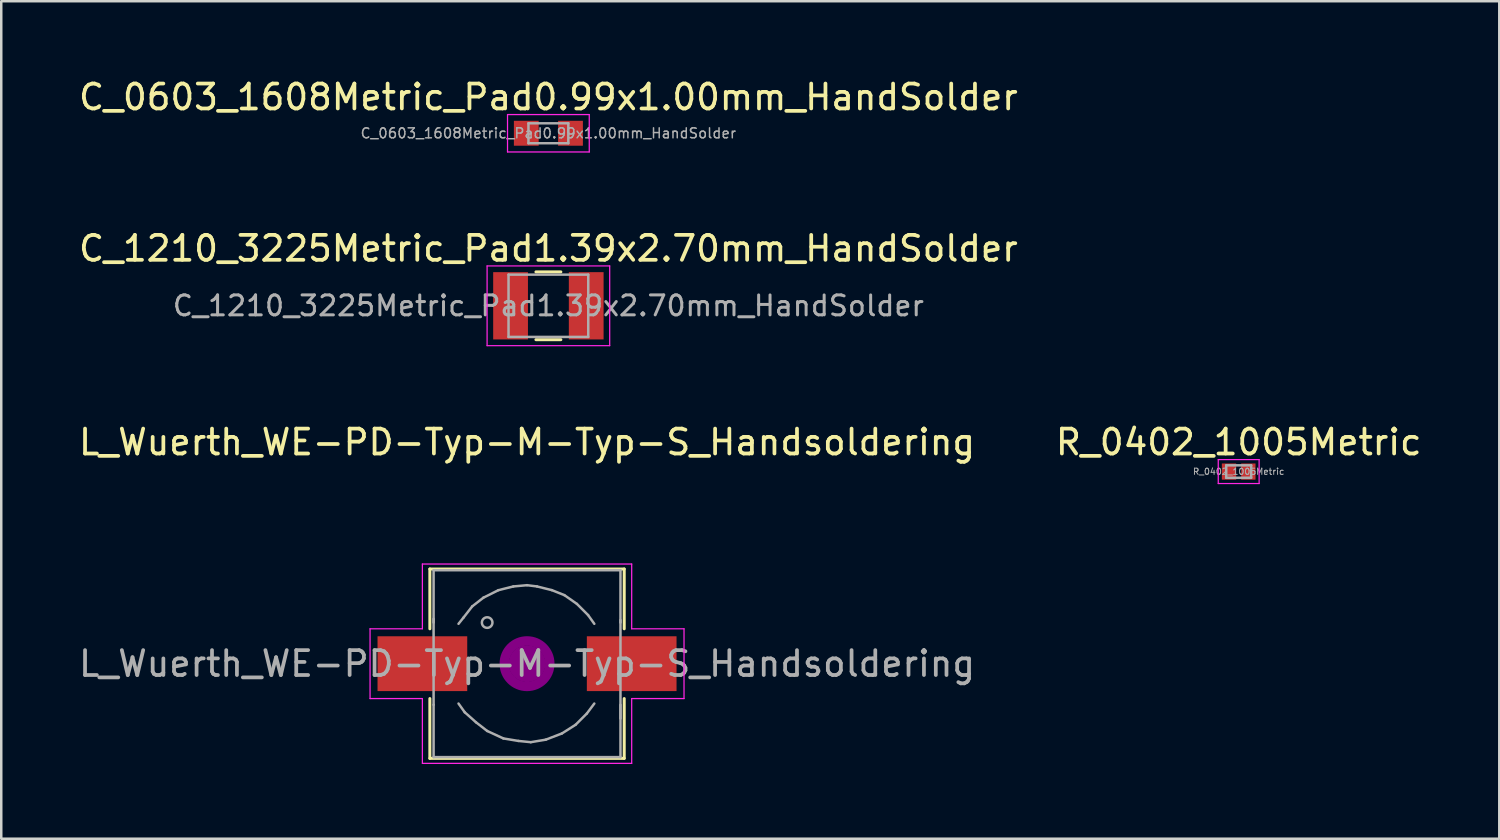
<source format=kicad_pcb>
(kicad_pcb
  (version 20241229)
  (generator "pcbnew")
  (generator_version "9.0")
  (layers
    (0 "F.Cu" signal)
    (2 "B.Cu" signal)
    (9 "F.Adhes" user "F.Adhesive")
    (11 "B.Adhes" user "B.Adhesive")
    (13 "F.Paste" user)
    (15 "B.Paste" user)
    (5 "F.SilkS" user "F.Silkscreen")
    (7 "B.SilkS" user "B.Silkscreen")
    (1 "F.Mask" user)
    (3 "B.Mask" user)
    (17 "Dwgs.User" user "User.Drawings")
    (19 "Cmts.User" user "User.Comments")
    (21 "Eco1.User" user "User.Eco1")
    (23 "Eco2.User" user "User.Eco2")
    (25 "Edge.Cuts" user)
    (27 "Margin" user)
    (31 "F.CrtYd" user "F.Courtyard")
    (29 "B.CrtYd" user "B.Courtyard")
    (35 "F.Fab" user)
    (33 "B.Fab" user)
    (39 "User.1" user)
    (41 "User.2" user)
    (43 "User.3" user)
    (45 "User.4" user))
  (footprint "L_Wuerth_WE-PD-Typ-M-Typ-S_Handsoldering"
    (layer "F.Cu")
    (at 18.101 23.585)
    (property "Reference" "L_Wuerth_WE-PD-Typ-M-Typ-S_Handsoldering" (at 0 -8.89 0) (layer "F.SilkS") (effects (font (size 1 1) (thickness 0.15))))
    (attr smd)
    (fp_line (start -3.9 -1.4) (end -3.9 -3.8) (stroke (width 0.12) (type solid)) (layer "F.SilkS"))
    (fp_line (start -3.9 1.4) (end -3.9 3.8) (stroke (width 0.12) (type solid)) (layer "F.SilkS"))
    (fp_line (start -3.9 3.8) (end 3.9 3.8) (stroke (width 0.12) (type solid)) (layer "F.SilkS"))
    (fp_line (start 3.9 -3.8) (end -3.9 -3.8) (stroke (width 0.12) (type solid)) (layer "F.SilkS"))
    (fp_line (start 3.9 -1.4) (end 3.9 -3.8) (stroke (width 0.12) (type solid)) (layer "F.SilkS"))
    (fp_line (start 3.9 3.8) (end 3.9 1.4) (stroke (width 0.12) (type solid)) (layer "F.SilkS"))
    (fp_circle (center 0 0) (end 0.15 0.15) (stroke (width 0.38) (type solid)) (fill no) (layer "F.Adhes"))
    (fp_circle (center 0 0) (end 0.55 0.05) (stroke (width 0.38) (type solid)) (fill no) (layer "F.Adhes"))
    (fp_circle (center 0 0) (end 0.9 0.15) (stroke (width 0.38) (type solid)) (fill no) (layer "F.Adhes"))
    (fp_line (start -6.3 -1.4) (end -6.3 1.4) (stroke (width 0.05) (type solid)) (layer "F.CrtYd"))
    (fp_line (start -6.3 1.4) (end -4.2 1.4) (stroke (width 0.05) (type solid)) (layer "F.CrtYd"))
    (fp_line (start -4.2 -4) (end -4.2 -1.4) (stroke (width 0.05) (type solid)) (layer "F.CrtYd"))
    (fp_line (start -4.2 -1.4) (end -6.3 -1.4) (stroke (width 0.05) (type solid)) (layer "F.CrtYd"))
    (fp_line (start -4.2 1.4) (end -4.2 4) (stroke (width 0.05) (type solid)) (layer "F.CrtYd"))
    (fp_line (start -4.2 4) (end 4.2 4) (stroke (width 0.05) (type solid)) (layer "F.CrtYd"))
    (fp_line (start 4.2 -4) (end -4.2 -4) (stroke (width 0.05) (type solid)) (layer "F.CrtYd"))
    (fp_line (start 4.2 -1.4) (end 4.2 -4) (stroke (width 0.05) (type solid)) (layer "F.CrtYd"))
    (fp_line (start 4.2 1.4) (end 6.3 1.4) (stroke (width 0.05) (type solid)) (layer "F.CrtYd"))
    (fp_line (start 4.2 4) (end 4.2 1.4) (stroke (width 0.05) (type solid)) (layer "F.CrtYd"))
    (fp_line (start 6.3 -1.4) (end 4.2 -1.4) (stroke (width 0.05) (type solid)) (layer "F.CrtYd"))
    (fp_line (start 6.3 1.4) (end 6.3 -1.4) (stroke (width 0.05) (type solid)) (layer "F.CrtYd"))
    (fp_line (start -3.75 -3.75) (end -3.75 -1.65) (stroke (width 0.1) (type solid)) (layer "F.Fab"))
    (fp_line (start -3.75 1.65) (end -3.75 -1.8) (stroke (width 0.1) (type solid)) (layer "F.Fab"))
    (fp_line (start -3.75 1.65) (end -3.75 3.75) (stroke (width 0.1) (type solid)) (layer "F.Fab"))
    (fp_line (start -3.75 3.75) (end 3.75 3.75) (stroke (width 0.1) (type solid)) (layer "F.Fab"))
    (fp_line (start -2.75 1.6) (end -2.5 1.95) (stroke (width 0.1) (type solid)) (layer "F.Fab"))
    (fp_line (start -2.55 -1.85) (end -2.75 -1.6) (stroke (width 0.1) (type solid)) (layer "F.Fab"))
    (fp_line (start -2.5 1.95) (end -2.05 2.35) (stroke (width 0.1) (type solid)) (layer "F.Fab"))
    (fp_line (start -2.2 -2.3) (end -2.55 -1.85) (stroke (width 0.1) (type solid)) (layer "F.Fab"))
    (fp_line (start -2.05 2.35) (end -1.6 2.7) (stroke (width 0.1) (type solid)) (layer "F.Fab"))
    (fp_line (start -1.75 -2.65) (end -2.2 -2.3) (stroke (width 0.1) (type solid)) (layer "F.Fab"))
    (fp_line (start -1.6 2.7) (end -0.95 3) (stroke (width 0.1) (type solid)) (layer "F.Fab"))
    (fp_line (start -1.15 -2.95) (end -1.75 -2.65) (stroke (width 0.1) (type solid)) (layer "F.Fab"))
    (fp_line (start -0.95 3) (end -0.35 3.1) (stroke (width 0.1) (type solid)) (layer "F.Fab"))
    (fp_line (start -0.55 -3.1) (end -1.15 -2.95) (stroke (width 0.1) (type solid)) (layer "F.Fab"))
    (fp_line (start -0.35 3.1) (end 0.15 3.15) (stroke (width 0.1) (type solid)) (layer "F.Fab"))
    (fp_line (start 0 -3.15) (end -0.55 -3.1) (stroke (width 0.1) (type solid)) (layer "F.Fab"))
    (fp_line (start 0.15 3.15) (end 0.75 3.05) (stroke (width 0.1) (type solid)) (layer "F.Fab"))
    (fp_line (start 0.4 -3.1) (end 0 -3.15) (stroke (width 0.1) (type solid)) (layer "F.Fab"))
    (fp_line (start 0.75 3.05) (end 1.4 2.8) (stroke (width 0.1) (type solid)) (layer "F.Fab"))
    (fp_line (start 1 -2.95) (end 0.4 -3.1) (stroke (width 0.1) (type solid)) (layer "F.Fab"))
    (fp_line (start 1.4 2.8) (end 1.95 2.45) (stroke (width 0.1) (type solid)) (layer "F.Fab"))
    (fp_line (start 1.5 -2.75) (end 1 -2.95) (stroke (width 0.1) (type solid)) (layer "F.Fab"))
    (fp_line (start 1.95 2.45) (end 2.4 2) (stroke (width 0.1) (type solid)) (layer "F.Fab"))
    (fp_line (start 2 -2.4) (end 1.5 -2.75) (stroke (width 0.1) (type solid)) (layer "F.Fab"))
    (fp_line (start 2.4 2) (end 2.7 1.6) (stroke (width 0.1) (type solid)) (layer "F.Fab"))
    (fp_line (start 2.45 -1.95) (end 2 -2.4) (stroke (width 0.1) (type solid)) (layer "F.Fab"))
    (fp_line (start 2.7 -1.6) (end 2.45 -1.95) (stroke (width 0.1) (type solid)) (layer "F.Fab"))
    (fp_line (start 3.75 -3.75) (end -3.75 -3.75) (stroke (width 0.1) (type solid)) (layer "F.Fab"))
    (fp_line (start 3.75 -3.75) (end 3.75 -1.65) (stroke (width 0.1) (type solid)) (layer "F.Fab"))
    (fp_line (start 3.75 -1.75) (end 3.75 2.2) (stroke (width 0.1) (type solid)) (layer "F.Fab"))
    (fp_line (start 3.75 3.75) (end 3.75 1.65) (stroke (width 0.1) (type solid)) (layer "F.Fab"))
    (fp_circle (center -1.6 -1.65) (end -1.45 -1.5) (stroke (width 0.1) (type solid)) (fill no) (layer "F.Fab"))
    (fp_text user "${REFERENCE}" (at 0 0 0) (layer "F.Fab") (effects (font (size 1 1) (thickness 0.15))))
    (pad "1" smd rect (at -4.2 0) (size 3.6 2.2) (layers "F.Cu" "F.Mask" "F.Paste"))
    (pad "2" smd rect (at 4.2 0) (size 3.6 2.2) (layers "F.Cu" "F.Mask" "F.Paste")))
  (footprint "R_0402_1005Metric"
    (layer "F.Cu")
    (at 46.661 15.875)
    (property "Reference" "R_0402_1005Metric" (at 0 -1.18 0) (layer "F.SilkS") (effects (font (size 1 1) (thickness 0.15))))
    (attr smd)
    (fp_line (start -0.82 -0.48) (end 0.82 -0.48) (stroke (width 0.05) (type solid)) (layer "F.CrtYd"))
    (fp_line (start -0.82 0.48) (end -0.82 -0.48) (stroke (width 0.05) (type solid)) (layer "F.CrtYd"))
    (fp_line (start 0.82 -0.48) (end 0.82 0.48) (stroke (width 0.05) (type solid)) (layer "F.CrtYd"))
    (fp_line (start 0.82 0.48) (end -0.82 0.48) (stroke (width 0.05) (type solid)) (layer "F.CrtYd"))
    (fp_line (start -0.5 -0.25) (end 0.5 -0.25) (stroke (width 0.1) (type solid)) (layer "F.Fab"))
    (fp_line (start -0.5 0.25) (end -0.5 -0.25) (stroke (width 0.1) (type solid)) (layer "F.Fab"))
    (fp_line (start 0.5 -0.25) (end 0.5 0.25) (stroke (width 0.1) (type solid)) (layer "F.Fab"))
    (fp_line (start 0.5 0.25) (end -0.5 0.25) (stroke (width 0.1) (type solid)) (layer "F.Fab"))
    (fp_text user "${REFERENCE}" (at 0 0 0) (layer "F.Fab") (effects (font (size 0.25 0.25) (thickness 0.04))))
    (pad "1" smd rect (at -0.388 0) (size 0.575 0.65) (layers "F.Cu" "F.Mask" "F.Paste"))
    (pad "2" smd rect (at 0.388 0) (size 0.575 0.65) (layers "F.Cu" "F.Mask" "F.Paste")))
  (footprint "C_1210_3225Metric_Pad1.39x2.70mm_HandSolder"
    (layer "F.Cu")
    (at 18.958 9.222)
    (property "Reference" "C_1210_3225Metric_Pad1.39x2.70mm_HandSolder" (at 0 -2.3 0) (layer "F.SilkS") (effects (font (size 1 1) (thickness 0.15))))
    (attr smd)
    (fp_line (start -0.5 -1.36) (end 0.5 -1.36) (stroke (width 0.12) (type solid)) (layer "F.SilkS"))
    (fp_line (start -0.5 1.36) (end 0.5 1.36) (stroke (width 0.12) (type solid)) (layer "F.SilkS"))
    (fp_line (start -2.46 -1.6) (end 2.46 -1.6) (stroke (width 0.05) (type solid)) (layer "F.CrtYd"))
    (fp_line (start -2.46 1.6) (end -2.46 -1.6) (stroke (width 0.05) (type solid)) (layer "F.CrtYd"))
    (fp_line (start 2.46 -1.6) (end 2.46 1.6) (stroke (width 0.05) (type solid)) (layer "F.CrtYd"))
    (fp_line (start 2.46 1.6) (end -2.46 1.6) (stroke (width 0.05) (type solid)) (layer "F.CrtYd"))
    (fp_line (start -1.6 -1.25) (end 1.6 -1.25) (stroke (width 0.1) (type solid)) (layer "F.Fab"))
    (fp_line (start -1.6 1.25) (end -1.6 -1.25) (stroke (width 0.1) (type solid)) (layer "F.Fab"))
    (fp_line (start 1.6 -1.25) (end 1.6 1.25) (stroke (width 0.1) (type solid)) (layer "F.Fab"))
    (fp_line (start 1.6 1.25) (end -1.6 1.25) (stroke (width 0.1) (type solid)) (layer "F.Fab"))
    (fp_text user "${REFERENCE}" (at 0 0 0) (layer "F.Fab") (effects (font (size 0.8 0.8) (thickness 0.12))))
    (pad "1" smd rect (at -1.518 0) (size 1.395 2.7) (layers "F.Cu" "F.Mask" "F.Paste"))
    (pad "2" smd rect (at 1.518 0) (size 1.395 2.7) (layers "F.Cu" "F.Mask" "F.Paste")))
  (footprint "C_0603_1608Metric_Pad0.99x1.00mm_HandSolder"
    (layer "F.Cu")
    (at 18.958 2.298)
    (property "Reference" "C_0603_1608Metric_Pad0.99x1.00mm_HandSolder" (at 0 -1.45 0) (layer "F.SilkS") (effects (font (size 1 1) (thickness 0.15))))
    (attr smd)
    (fp_line (start -1.64 -0.75) (end 1.64 -0.75) (stroke (width 0.05) (type solid)) (layer "F.CrtYd"))
    (fp_line (start -1.64 0.75) (end -1.64 -0.75) (stroke (width 0.05) (type solid)) (layer "F.CrtYd"))
    (fp_line (start 1.64 -0.75) (end 1.64 0.75) (stroke (width 0.05) (type solid)) (layer "F.CrtYd"))
    (fp_line (start 1.64 0.75) (end -1.64 0.75) (stroke (width 0.05) (type solid)) (layer "F.CrtYd"))
    (fp_line (start -0.8 -0.4) (end 0.8 -0.4) (stroke (width 0.1) (type solid)) (layer "F.Fab"))
    (fp_line (start -0.8 0.4) (end -0.8 -0.4) (stroke (width 0.1) (type solid)) (layer "F.Fab"))
    (fp_line (start 0.8 -0.4) (end 0.8 0.4) (stroke (width 0.1) (type solid)) (layer "F.Fab"))
    (fp_line (start 0.8 0.4) (end -0.8 0.4) (stroke (width 0.1) (type solid)) (layer "F.Fab"))
    (fp_text user "${REFERENCE}" (at 0 0 0) (layer "F.Fab") (effects (font (size 0.4 0.4) (thickness 0.06))))
    (pad "1" smd rect (at -0.887 0) (size 0.995 1) (layers "F.Cu" "F.Mask" "F.Paste"))
    (pad "2" smd rect (at 0.887 0) (size 0.995 1) (layers "F.Cu" "F.Mask" "F.Paste")))
  (gr_rect
    (start -3 -3)
    (end 57.119 30.61)
    (stroke (width 0.1) (type default))
    (fill no)
    (layer "Edge.Cuts")))
</source>
